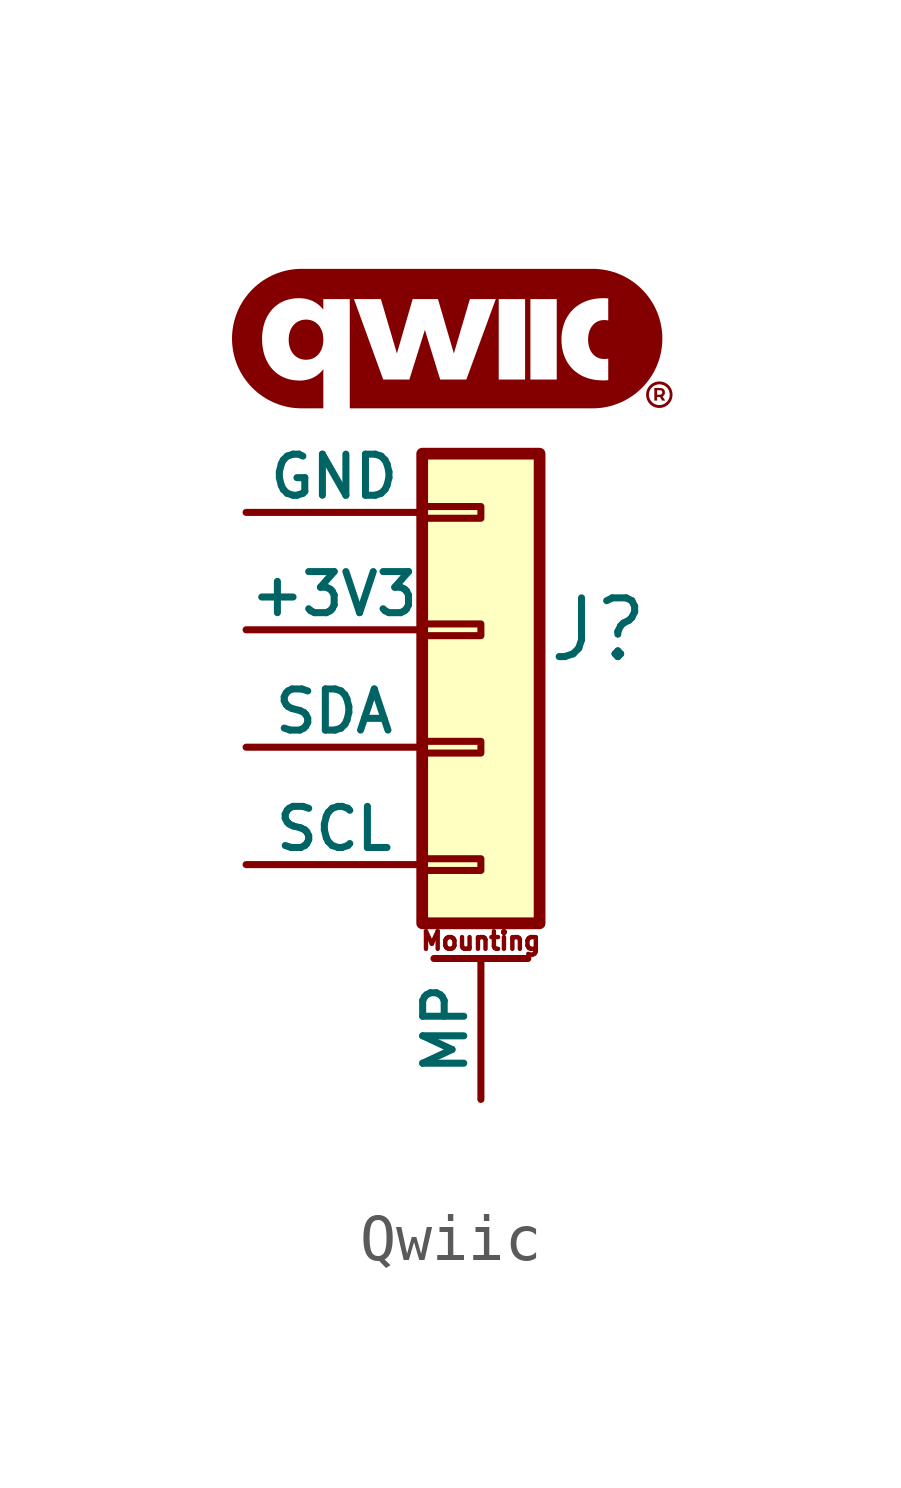
<source format=kicad_sym>
(kicad_symbol_lib
  (version 20231120)
  (generator "kicad_symbol_editor")
  (generator_version "8.0")
  (symbol "Qwiic"
    (pin_numbers hide)
    (pin_names
      (offset 0))
    (property "Reference" "J"
      (at 2.54 0 0)
      (effects (font (size 1.27 1.27))))
    (symbol "Qwiic_1_0"
      (polyline (pts (xy 3.881 5.232) (xy 3.894 5.231) (xy 3.905 5.229) (xy 3.911 5.227) (xy 3.916 5.226) (xy 3.922 5.224) (xy 3.926 5.223) (xy 3.931 5.22) (xy 3.936 5.218) (xy 3.94 5.216) (xy 3.944 5.213) (xy 3.948 5.21) (xy 3.952 5.207) (xy 3.955 5.204) (xy 3.959 5.201) (xy 3.962 5.198) (xy 3.965 5.194) (xy 3.967 5.19) (xy 3.97 5.186) (xy 3.972 5.182) (xy 3.974 5.178) (xy 3.975 5.173) (xy 3.977 5.169) (xy 3.978 5.164) (xy 3.979 5.159) (xy 3.98 5.154) (xy 3.981 5.149) (xy 3.981 5.143) (xy 3.981 5.138) (xy 3.981 5.13) (xy 3.98 5.122) (xy 3.979 5.115) (xy 3.978 5.108) (xy 3.976 5.101) (xy 3.974 5.095) (xy 3.971 5.089) (xy 3.968 5.083) (xy 3.964 5.078) (xy 3.96 5.073) (xy 3.956 5.068) (xy 3.951 5.063) (xy 3.946 5.059) (xy 3.941 5.056) (xy 3.935 5.052) (xy 3.929 5.049) (xy 3.989 4.958) (xy 3.919 4.958) (xy 3.875 5.037) (xy 3.812 5.037) (xy 3.812 4.958) (xy 3.752 4.958) (xy 3.752 5.086) (xy 3.812 5.086) (xy 3.868 5.086) (xy 3.874 5.087) (xy 3.877 5.087) (xy 3.88 5.087) (xy 3.883 5.088) (xy 3.886 5.088) (xy 3.889 5.089) (xy 3.891 5.09) (xy 3.894 5.09) (xy 3.896 5.091) (xy 3.898 5.093) (xy 3.901 5.094) (xy 3.903 5.095) (xy 3.905 5.096) (xy 3.907 5.098) (xy 3.909 5.099) (xy 3.91 5.101) (xy 3.912 5.102) (xy 3.913 5.104) (xy 3.915 5.106) (xy 3.916 5.108) (xy 3.917 5.11) (xy 3.918 5.112) (xy 3.919 5.114) (xy 3.92 5.117) (xy 3.921 5.119) (xy 3.921 5.122) (xy 3.922 5.124) (xy 3.922 5.127) (xy 3.923 5.13) (xy 3.923 5.132) (xy 3.923 5.135) (xy 3.923 5.138) (xy 3.923 5.141) (xy 3.922 5.144) (xy 3.922 5.146) (xy 3.921 5.149) (xy 3.921 5.151) (xy 3.92 5.154) (xy 3.919 5.156) (xy 3.918 5.158) (xy 3.917 5.16) (xy 3.916 5.162) (xy 3.915 5.164) (xy 3.913 5.166) (xy 3.912 5.168) (xy 3.91 5.17) (xy 3.909 5.171) (xy 3.907 5.173) (xy 3.905 5.174) (xy 3.903 5.175) (xy 3.901 5.176) (xy 3.898 5.178) (xy 3.896 5.178) (xy 3.894 5.179) (xy 3.891 5.18) (xy 3.889 5.181) (xy 3.886 5.182) (xy 3.883 5.182) (xy 3.88 5.183) (xy 3.877 5.183) (xy 3.874 5.183) (xy 3.871 5.183) (xy 3.868 5.183) (xy 3.812 5.183) (xy 3.812 5.086) (xy 3.752 5.086) (xy 3.752 5.232) (xy 3.868 5.232) (xy 3.881 5.232)) (stroke (width -0.0001) (type solid)) (fill (type outline)))
      (polyline (pts (xy -3.761 6.711) (xy -3.741 6.709) (xy -3.722 6.707) (xy -3.702 6.703) (xy -3.683 6.699) (xy -3.665 6.693) (xy -3.647 6.687) (xy -3.63 6.68) (xy -3.613 6.672) (xy -3.597 6.663) (xy -3.582 6.653) (xy -3.567 6.642) (xy -3.552 6.631) (xy -3.538 6.619) (xy -3.525 6.606) (xy -3.512 6.592) (xy -3.5 6.577) (xy -3.489 6.562) (xy -3.478 6.546) (xy -3.469 6.529) (xy -3.459 6.511) (xy -3.451 6.493) (xy -3.443 6.474) (xy -3.436 6.455) (xy -3.43 6.434) (xy -3.424 6.414) (xy -3.42 6.392) (xy -3.416 6.37) (xy -3.413 6.348) (xy -3.411 6.325) (xy -3.409 6.301) (xy -3.409 6.277) (xy -3.409 6.253) (xy -3.411 6.23) (xy -3.413 6.207) (xy -3.416 6.184) (xy -3.42 6.163) (xy -3.424 6.141) (xy -3.43 6.121) (xy -3.436 6.101) (xy -3.443 6.081) (xy -3.451 6.062) (xy -3.459 6.044) (xy -3.469 6.027) (xy -3.478 6.01) (xy -3.489 5.993) (xy -3.5 5.978) (xy -3.512 5.963) (xy -3.525 5.949) (xy -3.538 5.936) (xy -3.552 5.924) (xy -3.567 5.912) (xy -3.582 5.902) (xy -3.597 5.892) (xy -3.613 5.883) (xy -3.63 5.874) (xy -3.647 5.867) (xy -3.665 5.861) (xy -3.683 5.855) (xy -3.702 5.851) (xy -3.722 5.847) (xy -3.741 5.845) (xy -3.761 5.843) (xy -3.782 5.843) (xy -3.803 5.843) (xy -3.823 5.845) (xy -3.843 5.847) (xy -3.863 5.851) (xy -3.882 5.855) (xy -3.9 5.861) (xy -3.918 5.867) (xy -3.936 5.874) (xy -3.953 5.883) (xy -3.969 5.892) (xy -3.985 5.902) (xy -4 5.912) (xy -4.015 5.924) (xy -4.029 5.936) (xy -4.042 5.949) (xy -4.055 5.963) (xy -4.067 5.978) (xy -4.078 5.993) (xy -4.089 6.01) (xy -4.099 6.027) (xy -4.108 6.044) (xy -4.117 6.062) (xy -4.124 6.081) (xy -4.131 6.101) (xy -4.138 6.121) (xy -4.143 6.141) (xy -4.148 6.163) (xy -4.152 6.184) (xy -4.154 6.207) (xy -4.157 6.23) (xy -4.158 6.253) (xy -4.158 6.277) (xy -4.158 6.301) (xy -4.157 6.324) (xy -4.154 6.347) (xy -4.152 6.369) (xy -4.148 6.391) (xy -4.143 6.412) (xy -4.138 6.433) (xy -4.131 6.453) (xy -4.124 6.473) (xy -4.117 6.492) (xy -4.108 6.51) (xy -4.099 6.527) (xy -4.089 6.544) (xy -4.078 6.56) (xy -4.067 6.576) (xy -4.055 6.59) (xy -4.042 6.604) (xy -4.029 6.618) (xy -4.015 6.63) (xy -4 6.642) (xy -3.985 6.652) (xy -3.969 6.662) (xy -3.953 6.671) (xy -3.936 6.679) (xy -3.918 6.687) (xy -3.9 6.693) (xy -3.882 6.699) (xy -3.863 6.703) (xy -3.843 6.707) (xy -3.823 6.709) (xy -3.803 6.711) (xy -3.782 6.711) (xy -3.761 6.711)) (stroke (width -0.0001) (type solid)) (fill (type outline)))
      (polyline (pts (xy 3.876 5.373) (xy 3.89 5.372) (xy 3.905 5.37) (xy 3.919 5.367) (xy 3.933 5.364) (xy 3.946 5.36) (xy 3.96 5.356) (xy 3.973 5.351) (xy 3.985 5.345) (xy 3.998 5.338) (xy 4.01 5.332) (xy 4.021 5.324) (xy 4.032 5.316) (xy 4.043 5.308) (xy 4.053 5.299) (xy 4.063 5.289) (xy 4.073 5.279) (xy 4.082 5.269) (xy 4.09 5.258) (xy 4.098 5.247) (xy 4.105 5.235) (xy 4.112 5.223) (xy 4.118 5.211) (xy 4.124 5.198) (xy 4.129 5.185) (xy 4.133 5.172) (xy 4.137 5.158) (xy 4.14 5.144) (xy 4.143 5.13) (xy 4.144 5.116) (xy 4.145 5.102) (xy 4.146 5.087) (xy 4.145 5.073) (xy 4.144 5.058) (xy 4.143 5.044) (xy 4.14 5.03) (xy 4.137 5.016) (xy 4.133 5.003) (xy 4.129 4.989) (xy 4.124 4.976) (xy 4.118 4.964) (xy 4.112 4.951) (xy 4.105 4.939) (xy 4.098 4.928) (xy 4.09 4.916) (xy 4.081 4.905) (xy 4.072 4.895) (xy 4.063 4.885) (xy 4.053 4.875) (xy 4.043 4.866) (xy 4.032 4.857) (xy 4.02 4.849) (xy 4.009 4.842) (xy 3.997 4.835) (xy 3.984 4.828) (xy 3.972 4.822) (xy 3.959 4.817) (xy 3.945 4.813) (xy 3.932 4.809) (xy 3.917 4.805) (xy 3.903 4.803) (xy 3.889 4.801) (xy 3.874 4.8) (xy 3.859 4.8) (xy 3.844 4.8) (xy 3.829 4.801) (xy 3.815 4.803) (xy 3.801 4.805) (xy 3.787 4.809) (xy 3.773 4.812) (xy 3.76 4.817) (xy 3.747 4.822) (xy 3.734 4.828) (xy 3.722 4.834) (xy 3.71 4.841) (xy 3.698 4.849) (xy 3.687 4.857) (xy 3.677 4.865) (xy 3.666 4.874) (xy 3.657 4.884) (xy 3.647 4.894) (xy 3.638 4.904) (xy 3.63 4.915) (xy 3.622 4.926) (xy 3.615 4.938) (xy 3.608 4.95) (xy 3.602 4.962) (xy 3.596 4.975) (xy 3.591 4.988) (xy 3.587 5.001) (xy 3.583 5.015) (xy 3.58 5.028) (xy 3.578 5.042) (xy 3.576 5.057) (xy 3.575 5.071) (xy 3.575 5.085) (xy 3.635 5.085) (xy 3.635 5.074) (xy 3.636 5.063) (xy 3.638 5.052) (xy 3.64 5.041) (xy 3.642 5.03) (xy 3.645 5.019) (xy 3.648 5.009) (xy 3.652 4.999) (xy 3.657 4.989) (xy 3.662 4.98) (xy 3.667 4.97) (xy 3.673 4.961) (xy 3.679 4.952) (xy 3.685 4.944) (xy 3.692 4.936) (xy 3.7 4.928) (xy 3.707 4.921) (xy 3.715 4.914) (xy 3.724 4.907) (xy 3.732 4.901) (xy 3.741 4.895) (xy 3.751 4.89) (xy 3.761 4.885) (xy 3.771 4.88) (xy 3.781 4.876) (xy 3.791 4.873) (xy 3.802 4.87) (xy 3.813 4.867) (xy 3.824 4.865) (xy 3.836 4.864) (xy 3.847 4.863) (xy 3.859 4.863) (xy 3.871 4.863) (xy 3.882 4.864) (xy 3.894 4.865) (xy 3.905 4.867) (xy 3.917 4.87) (xy 3.927 4.873) (xy 3.938 4.877) (xy 3.948 4.881) (xy 3.958 4.885) (xy 3.968 4.89) (xy 3.978 4.896) (xy 3.987 4.902) (xy 3.996 4.908) (xy 4.004 4.915) (xy 4.012 4.922) (xy 4.02 4.929) (xy 4.027 4.937) (xy 4.034 4.945) (xy 4.041 4.954) (xy 4.047 4.962) (xy 4.053 4.971) (xy 4.058 4.981) (xy 4.063 4.991) (xy 4.068 5) (xy 4.072 5.011) (xy 4.075 5.021) (xy 4.078 5.032) (xy 4.08 5.042) (xy 4.082 5.053) (xy 4.084 5.064) (xy 4.085 5.076) (xy 4.085 5.087) (xy 4.085 5.099) (xy 4.084 5.11) (xy 4.082 5.121) (xy 4.08 5.132) (xy 4.078 5.143) (xy 4.075 5.153) (xy 4.072 5.163) (xy 4.068 5.174) (xy 4.063 5.184) (xy 4.058 5.193) (xy 4.053 5.202) (xy 4.047 5.211) (xy 4.041 5.22) (xy 4.035 5.229) (xy 4.028 5.237) (xy 4.02 5.244) (xy 4.013 5.252) (xy 4.004 5.259) (xy 3.996 5.266) (xy 3.987 5.272) (xy 3.978 5.277) (xy 3.969 5.283) (xy 3.959 5.288) (xy 3.949 5.292) (xy 3.939 5.296) (xy 3.928 5.3) (xy 3.917 5.303) (xy 3.906 5.305) (xy 3.895 5.307) (xy 3.884 5.309) (xy 3.872 5.31) (xy 3.861 5.31) (xy 3.849 5.31) (xy 3.837 5.309) (xy 3.825 5.307) (xy 3.814 5.305) (xy 3.803 5.303) (xy 3.792 5.3) (xy 3.782 5.296) (xy 3.772 5.292) (xy 3.762 5.287) (xy 3.752 5.282) (xy 3.742 5.277) (xy 3.733 5.271) (xy 3.724 5.265) (xy 3.716 5.258) (xy 3.708 5.251) (xy 3.7 5.244) (xy 3.693 5.236) (xy 3.686 5.228) (xy 3.679 5.219) (xy 3.673 5.21) (xy 3.667 5.201) (xy 3.662 5.192) (xy 3.657 5.182) (xy 3.652 5.172) (xy 3.649 5.162) (xy 3.645 5.152) (xy 3.642 5.141) (xy 3.64 5.13) (xy 3.638 5.119) (xy 3.636 5.108) (xy 3.635 5.097) (xy 3.635 5.085) (xy 3.575 5.085) (xy 3.575 5.1) (xy 3.576 5.114) (xy 3.578 5.129) (xy 3.58 5.143) (xy 3.583 5.157) (xy 3.587 5.17) (xy 3.591 5.183) (xy 3.596 5.196) (xy 3.602 5.209) (xy 3.608 5.221) (xy 3.615 5.234) (xy 3.623 5.245) (xy 3.63 5.256) (xy 3.639 5.267) (xy 3.648 5.278) (xy 3.657 5.288) (xy 3.667 5.298) (xy 3.677 5.307) (xy 3.688 5.315) (xy 3.699 5.323) (xy 3.711 5.331) (xy 3.723 5.338) (xy 3.735 5.344) (xy 3.748 5.35) (xy 3.761 5.356) (xy 3.774 5.36) (xy 3.788 5.364) (xy 3.802 5.367) (xy 3.816 5.37) (xy 3.831 5.372) (xy 3.845 5.373) (xy 3.861 5.373) (xy 3.876 5.373)) (stroke (width -0.0001) (type solid)) (fill (type outline)))
      (polyline (pts (xy 2.494 7.808) (xy 2.571 7.802) (xy 2.646 7.792) (xy 2.721 7.779) (xy 2.794 7.762) (xy 2.865 7.742) (xy 2.935 7.718) (xy 3.004 7.691) (xy 3.071 7.661) (xy 3.136 7.627) (xy 3.199 7.591) (xy 3.26 7.552) (xy 3.319 7.51) (xy 3.377 7.465) (xy 3.431 7.417) (xy 3.484 7.367) (xy 3.534 7.315) (xy 3.581 7.26) (xy 3.626 7.203) (xy 3.668 7.144) (xy 3.707 7.083) (xy 3.744 7.02) (xy 3.777 6.955) (xy 3.807 6.888) (xy 3.834 6.819) (xy 3.858 6.749) (xy 3.878 6.677) (xy 3.895 6.604) (xy 3.908 6.53) (xy 3.918 6.455) (xy 3.924 6.378) (xy 3.926 6.3) (xy 3.924 6.223) (xy 3.918 6.146) (xy 3.908 6.07) (xy 3.895 5.996) (xy 3.878 5.923) (xy 3.858 5.851) (xy 3.834 5.781) (xy 3.807 5.713) (xy 3.777 5.646) (xy 3.744 5.581) (xy 3.707 5.518) (xy 3.668 5.456) (xy 3.626 5.397) (xy 3.581 5.34) (xy 3.534 5.285) (xy 3.484 5.233) (xy 3.431 5.183) (xy 3.377 5.136) (xy 3.319 5.091) (xy 3.26 5.049) (xy 3.199 5.01) (xy 3.136 4.973) (xy 3.071 4.94) (xy 3.004 4.91) (xy 2.935 4.883) (xy 2.865 4.859) (xy 2.794 4.838) (xy 2.721 4.822) (xy 2.646 4.808) (xy 2.571 4.799) (xy 2.494 4.793) (xy 2.416 4.791) (xy -2.837 4.791) (xy -2.837 7.155) (xy -2.746 7.155) (xy -2.113 5.415) (xy -1.547 5.415) (xy -1.212 6.489) (xy -0.881 5.415) (xy -0.315 5.415) (xy 0.386 5.415) (xy 0.956 5.415) (xy 1.071 5.415) (xy 1.641 5.415) (xy 1.641 6.277) (xy 1.744 6.277) (xy 1.744 6.228) (xy 1.748 6.18) (xy 1.753 6.133) (xy 1.76 6.087) (xy 1.769 6.042) (xy 1.78 5.998) (xy 1.793 5.956) (xy 1.808 5.915) (xy 1.824 5.876) (xy 1.843 5.837) (xy 1.863 5.8) (xy 1.885 5.765) (xy 1.908 5.731) (xy 1.934 5.698) (xy 1.961 5.667) (xy 1.989 5.637) (xy 2.019 5.609) (xy 2.051 5.583) (xy 2.084 5.558) (xy 2.119 5.535) (xy 2.155 5.513) (xy 2.192 5.493) (xy 2.231 5.475) (xy 2.271 5.459) (xy 2.313 5.444) (xy 2.356 5.431) (xy 2.4 5.421) (xy 2.445 5.412) (xy 2.491 5.405) (xy 2.539 5.4) (xy 2.588 5.397) (xy 2.638 5.396) (xy 2.653 5.396) (xy 2.668 5.396) (xy 2.683 5.396) (xy 2.697 5.397) (xy 2.712 5.398) (xy 2.727 5.399) (xy 2.755 5.401) (xy 2.755 5.867) (xy 2.745 5.865) (xy 2.734 5.864) (xy 2.723 5.862) (xy 2.712 5.861) (xy 2.701 5.86) (xy 2.69 5.859) (xy 2.678 5.859) (xy 2.667 5.859) (xy 2.647 5.859) (xy 2.629 5.861) (xy 2.61 5.863) (xy 2.593 5.867) (xy 2.575 5.871) (xy 2.558 5.876) (xy 2.542 5.882) (xy 2.526 5.889) (xy 2.51 5.897) (xy 2.495 5.905) (xy 2.48 5.915) (xy 2.466 5.925) (xy 2.453 5.936) (xy 2.44 5.948) (xy 2.428 5.961) (xy 2.416 5.974) (xy 2.405 5.988) (xy 2.394 6.003) (xy 2.384 6.019) (xy 2.375 6.035) (xy 2.366 6.052) (xy 2.358 6.07) (xy 2.351 6.088) (xy 2.345 6.107) (xy 2.339 6.127) (xy 2.334 6.147) (xy 2.329 6.168) (xy 2.326 6.189) (xy 2.321 6.234) (xy 2.319 6.28) (xy 2.32 6.303) (xy 2.321 6.326) (xy 2.323 6.348) (xy 2.326 6.37) (xy 2.329 6.391) (xy 2.334 6.412) (xy 2.339 6.432) (xy 2.345 6.452) (xy 2.351 6.471) (xy 2.358 6.489) (xy 2.366 6.507) (xy 2.375 6.524) (xy 2.384 6.54) (xy 2.394 6.556) (xy 2.405 6.571) (xy 2.416 6.585) (xy 2.428 6.598) (xy 2.44 6.611) (xy 2.453 6.623) (xy 2.466 6.634) (xy 2.48 6.645) (xy 2.495 6.654) (xy 2.51 6.663) (xy 2.526 6.671) (xy 2.542 6.678) (xy 2.558 6.684) (xy 2.575 6.689) (xy 2.593 6.694) (xy 2.61 6.697) (xy 2.629 6.699) (xy 2.647 6.701) (xy 2.667 6.702) (xy 2.678 6.701) (xy 2.69 6.701) (xy 2.701 6.7) (xy 2.712 6.699) (xy 2.723 6.698) (xy 2.734 6.696) (xy 2.745 6.694) (xy 2.755 6.692) (xy 2.755 7.169) (xy 2.728 7.171) (xy 2.714 7.172) (xy 2.7 7.173) (xy 2.686 7.173) (xy 2.672 7.174) (xy 2.658 7.174) (xy 2.644 7.174) (xy 2.594 7.173) (xy 2.545 7.17) (xy 2.497 7.165) (xy 2.45 7.158) (xy 2.405 7.149) (xy 2.36 7.138) (xy 2.317 7.125) (xy 2.275 7.11) (xy 2.235 7.093) (xy 2.196 7.075) (xy 2.158 7.055) (xy 2.122 7.033) (xy 2.087 7.009) (xy 2.053 6.984) (xy 2.022 6.957) (xy 1.991 6.928) (xy 1.962 6.898) (xy 1.935 6.866) (xy 1.91 6.833) (xy 1.886 6.798) (xy 1.864 6.762) (xy 1.843 6.724) (xy 1.825 6.686) (xy 1.808 6.645) (xy 1.793 6.603) (xy 1.78 6.56) (xy 1.769 6.516) (xy 1.76 6.471) (xy 1.753 6.424) (xy 1.748 6.376) (xy 1.744 6.327) (xy 1.744 6.277) (xy 1.641 6.277) (xy 1.641 7.155) (xy 1.071 7.155) (xy 1.071 5.415) (xy 0.956 5.415) (xy 0.956 7.155) (xy 0.386 7.155) (xy 0.386 5.415) (xy -0.315 5.415) (xy 0.322 7.155) (xy -0.238 7.155) (xy -0.585 5.978) (xy -0.929 7.155) (xy -1.476 7.155) (xy -1.817 5.978) (xy -2.164 7.155) (xy -2.746 7.155) (xy -2.837 7.155) (xy -3.409 7.155) (xy -3.409 6.927) (xy -3.433 6.955) (xy -3.458 6.982) (xy -3.484 7.008) (xy -3.511 7.032) (xy -3.54 7.054) (xy -3.57 7.074) (xy -3.602 7.093) (xy -3.634 7.11) (xy -3.668 7.125) (xy -3.703 7.138) (xy -3.739 7.149) (xy -3.776 7.158) (xy -3.815 7.165) (xy -3.854 7.17) (xy -3.895 7.173) (xy -3.937 7.174) (xy -3.981 7.173) (xy -4.024 7.17) (xy -4.067 7.165) (xy -4.108 7.158) (xy -4.149 7.149) (xy -4.188 7.138) (xy -4.226 7.126) (xy -4.263 7.111) (xy -4.299 7.095) (xy -4.334 7.077) (xy -4.367 7.057) (xy -4.399 7.035) (xy -4.43 7.012) (xy -4.46 6.987) (xy -4.488 6.961) (xy -4.515 6.933) (xy -4.54 6.903) (xy -4.564 6.872) (xy -4.587 6.839) (xy -4.608 6.805) (xy -4.628 6.769) (xy -4.646 6.733) (xy -4.662 6.694) (xy -4.677 6.655) (xy -4.69 6.614) (xy -4.702 6.571) (xy -4.711 6.528) (xy -4.72 6.483) (xy -4.726 6.437) (xy -4.73 6.39) (xy -4.733 6.342) (xy -4.734 6.293) (xy -4.733 6.243) (xy -4.73 6.194) (xy -4.726 6.146) (xy -4.719 6.099) (xy -4.711 6.054) (xy -4.701 6.009) (xy -4.69 5.966) (xy -4.676 5.924) (xy -4.661 5.884) (xy -4.645 5.845) (xy -4.626 5.807) (xy -4.607 5.771) (xy -4.585 5.736) (xy -4.562 5.702) (xy -4.538 5.67) (xy -4.512 5.64) (xy -4.485 5.611) (xy -4.456 5.584) (xy -4.426 5.559) (xy -4.395 5.535) (xy -4.362 5.513) (xy -4.328 5.492) (xy -4.293 5.474) (xy -4.256 5.457) (xy -4.219 5.442) (xy -4.18 5.429) (xy -4.14 5.418) (xy -4.099 5.409) (xy -4.057 5.402) (xy -4.013 5.397) (xy -3.969 5.394) (xy -3.924 5.392) (xy -3.883 5.393) (xy -3.844 5.396) (xy -3.805 5.402) (xy -3.768 5.409) (xy -3.731 5.418) (xy -3.696 5.428) (xy -3.662 5.441) (xy -3.629 5.456) (xy -3.597 5.473) (xy -3.566 5.491) (xy -3.537 5.511) (xy -3.509 5.534) (xy -3.482 5.558) (xy -3.456 5.583) (xy -3.432 5.611) (xy -3.409 5.64) (xy -3.409 4.791) (xy -3.876 4.791) (xy -3.953 4.793) (xy -4.03 4.799) (xy -4.106 4.808) (xy -4.18 4.822) (xy -4.253 4.838) (xy -4.324 4.859) (xy -4.395 4.883) (xy -4.463 4.91) (xy -4.53 4.94) (xy -4.595 4.973) (xy -4.658 5.01) (xy -4.72 5.049) (xy -4.779 5.091) (xy -4.836 5.136) (xy -4.891 5.183) (xy -4.943 5.233) (xy -4.993 5.285) (xy -5.04 5.34) (xy -5.085 5.397) (xy -5.127 5.456) (xy -5.166 5.518) (xy -5.203 5.581) (xy -5.236 5.646) (xy -5.266 5.713) (xy -5.293 5.781) (xy -5.317 5.851) (xy -5.337 5.923) (xy -5.354 5.996) (xy -5.367 6.07) (xy -5.377 6.146) (xy -5.383 6.223) (xy -5.385 6.3) (xy -5.383 6.378) (xy -5.377 6.455) (xy -5.367 6.53) (xy -5.354 6.604) (xy -5.337 6.677) (xy -5.317 6.749) (xy -5.293 6.819) (xy -5.266 6.888) (xy -5.236 6.955) (xy -5.203 7.02) (xy -5.166 7.083) (xy -5.127 7.144) (xy -5.085 7.203) (xy -5.04 7.26) (xy -4.993 7.315) (xy -4.943 7.367) (xy -4.891 7.417) (xy -4.836 7.465) (xy -4.779 7.51) (xy -4.72 7.552) (xy -4.658 7.591) (xy -4.595 7.627) (xy -4.53 7.661) (xy -4.463 7.691) (xy -4.395 7.718) (xy -4.324 7.742) (xy -4.253 7.762) (xy -4.18 7.779) (xy -4.106 7.792) (xy -4.03 7.802) (xy -3.953 7.808) (xy -3.876 7.809) (xy 2.416 7.809) (xy 2.494 7.808)) (stroke (width -0.0001) (type solid)) (fill (type outline))))
    (symbol "Qwiic_1_1"
      (rectangle (start -1.27 -4.953) (end 0 -5.207) (stroke (width 0.152) (type default)) (fill (type none)))
      (rectangle (start -1.27 -2.413) (end 0 -2.667) (stroke (width 0.152) (type default)) (fill (type none)))
      (rectangle (start -1.27 0.127) (end 0 -0.127) (stroke (width 0.152) (type default)) (fill (type none)))
      (rectangle (start -1.27 2.667) (end 0 2.413) (stroke (width 0.152) (type default)) (fill (type none)))
      (rectangle (start -1.27 3.81) (end 1.27 -6.35) (stroke (width 0.254) (type default)) (fill (type background)))
      (polyline (pts (xy -1.016 -7.112) (xy 1.016 -7.112)) (stroke (width 0.152) (type default)) (fill (type none)))
      (text "Mounting" (at 0 -6.731 0) (effects (font (size 0.381 0.381))))
      (pin passive line (at -5.08 2.54 0) (length 3.81) (name "GND" (effects (font (size 0.889 0.889)))) (number "1" (effects (font (size 1.27 1.27)))))
      (pin passive line (at -5.08 0 0) (length 3.81) (name "+3V3" (effects (font (size 0.889 0.889)))) (number "2" (effects (font (size 1.27 1.27)))))
      (pin passive line (at -5.08 -2.54 0) (length 3.81) (name "SDA" (effects (font (size 0.889 0.889)))) (number "3" (effects (font (size 1.27 1.27)))))
      (pin passive line (at -5.08 -5.08 0) (length 3.81) (name "SCL" (effects (font (size 0.889 0.889)))) (number "4" (effects (font (size 1.27 1.27)))))
      (pin passive line (at 0 -10.16 90) (length 3.048) (name "MP" (effects (font (size 0.889 0.889)))) (number "MP" (effects (font (size 1.27 1.27))))))))
</source>
